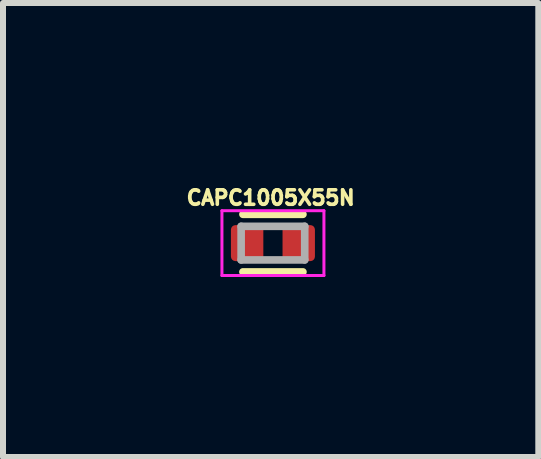
<source format=kicad_pcb>
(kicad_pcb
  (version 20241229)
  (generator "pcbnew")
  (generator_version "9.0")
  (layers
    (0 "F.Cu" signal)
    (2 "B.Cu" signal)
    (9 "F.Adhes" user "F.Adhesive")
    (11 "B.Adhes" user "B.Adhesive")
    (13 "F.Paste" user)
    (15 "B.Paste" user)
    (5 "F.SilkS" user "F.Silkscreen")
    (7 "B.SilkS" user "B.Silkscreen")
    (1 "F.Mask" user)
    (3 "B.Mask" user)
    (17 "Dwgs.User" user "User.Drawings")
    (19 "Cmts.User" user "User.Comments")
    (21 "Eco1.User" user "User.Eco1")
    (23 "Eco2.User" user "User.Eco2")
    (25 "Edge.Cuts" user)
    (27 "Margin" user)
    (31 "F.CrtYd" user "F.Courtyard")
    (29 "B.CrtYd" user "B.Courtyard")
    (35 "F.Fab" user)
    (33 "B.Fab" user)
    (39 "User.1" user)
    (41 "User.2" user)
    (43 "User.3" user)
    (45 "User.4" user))
  (footprint "CAPC1005X55N"
    (layer "F.Cu")
    (at 1.499 1.002)
    (property "Reference" "CAPC1005X55N" (at -0.038 -0.756 0) (layer "F.SilkS") (effects (font (size 0.241 0.241) (thickness 0.15))))
    (attr smd)
    (fp_line (start -0.5 0.48) (end 0.5 0.48) (stroke (width 0.127) (type solid)) (layer "F.SilkS"))
    (fp_line (start 0.5 -0.48) (end -0.5 -0.48) (stroke (width 0.127) (type solid)) (layer "F.SilkS"))
    (fp_line (start -0.85 -0.54) (end -0.85 0.54) (stroke (width 0.05) (type solid)) (layer "F.CrtYd"))
    (fp_line (start -0.85 0.54) (end 0.85 0.54) (stroke (width 0.05) (type solid)) (layer "F.CrtYd"))
    (fp_line (start 0.85 -0.54) (end -0.85 -0.54) (stroke (width 0.05) (type solid)) (layer "F.CrtYd"))
    (fp_line (start 0.85 0.54) (end 0.85 -0.54) (stroke (width 0.05) (type solid)) (layer "F.CrtYd"))
    (fp_line (start -0.53 -0.28) (end -0.53 0.28) (stroke (width 0.127) (type solid)) (layer "F.Fab"))
    (fp_line (start -0.53 0.28) (end 0.53 0.28) (stroke (width 0.127) (type solid)) (layer "F.Fab"))
    (fp_line (start 0.53 -0.28) (end -0.53 -0.28) (stroke (width 0.127) (type solid)) (layer "F.Fab"))
    (fp_line (start 0.53 0.28) (end 0.53 -0.28) (stroke (width 0.127) (type solid)) (layer "F.Fab"))
    (pad "1" smd roundrect (at -0.43 0 90) (size 0.6 0.54) (layers "F.Cu" "F.Mask" "F.Paste") (roundrect_rratio 0.14))
    (pad "2" smd roundrect (at 0.43 0 90) (size 0.6 0.54) (layers "F.Cu" "F.Mask" "F.Paste") (roundrect_rratio 0.14)))
  (gr_rect
    (start -3 -3)
    (end 5.922 4.567)
    (stroke (width 0.1) (type default))
    (fill no)
    (layer "Edge.Cuts")))
</source>
